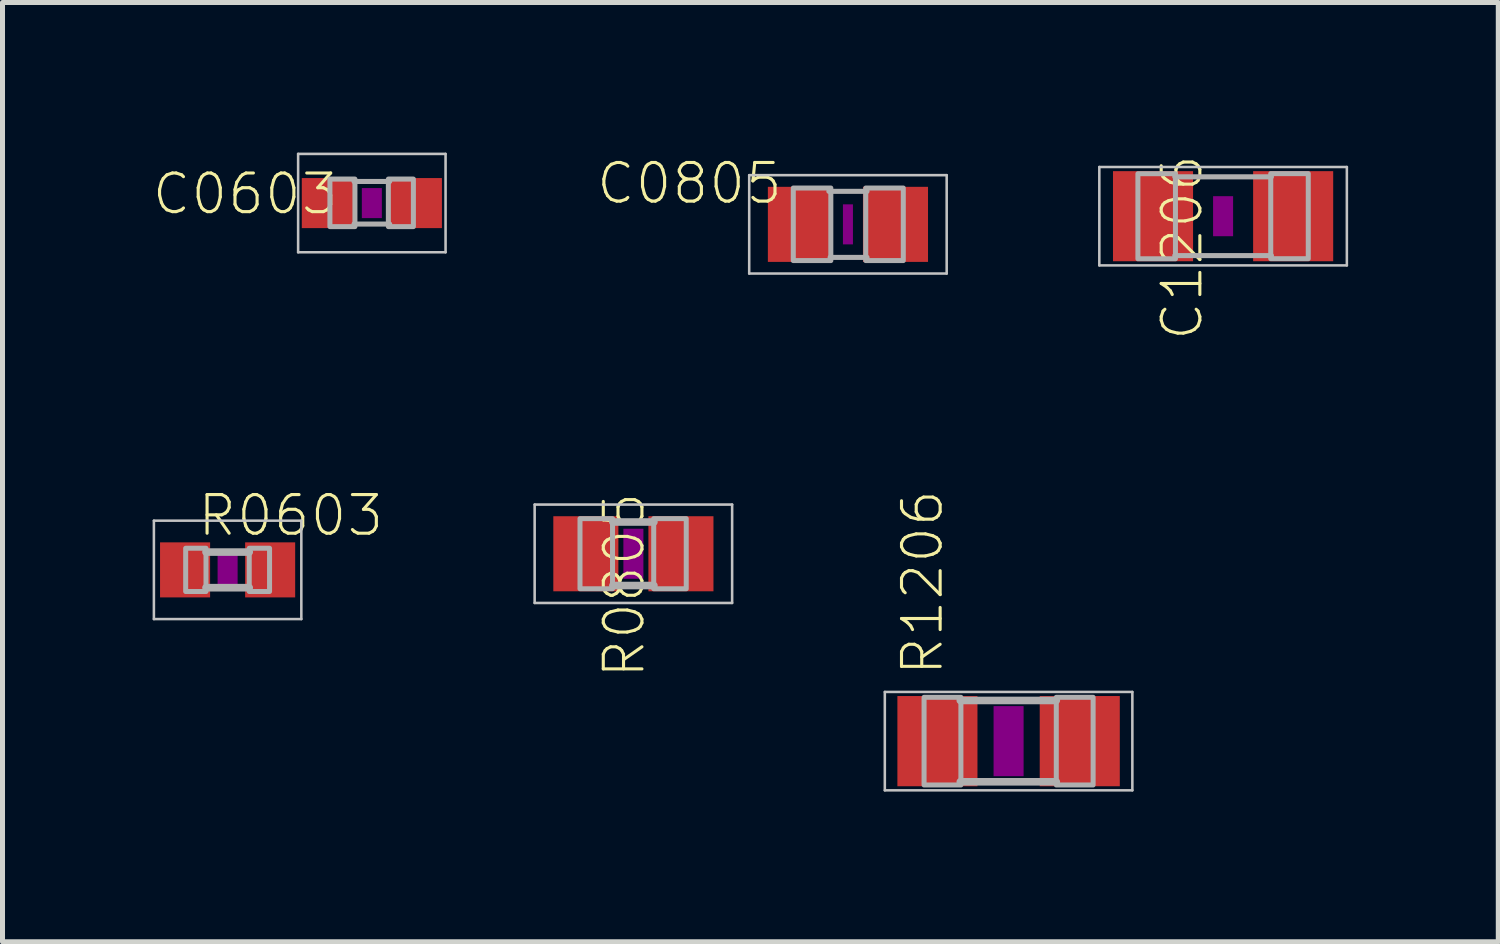
<source format=kicad_pcb>
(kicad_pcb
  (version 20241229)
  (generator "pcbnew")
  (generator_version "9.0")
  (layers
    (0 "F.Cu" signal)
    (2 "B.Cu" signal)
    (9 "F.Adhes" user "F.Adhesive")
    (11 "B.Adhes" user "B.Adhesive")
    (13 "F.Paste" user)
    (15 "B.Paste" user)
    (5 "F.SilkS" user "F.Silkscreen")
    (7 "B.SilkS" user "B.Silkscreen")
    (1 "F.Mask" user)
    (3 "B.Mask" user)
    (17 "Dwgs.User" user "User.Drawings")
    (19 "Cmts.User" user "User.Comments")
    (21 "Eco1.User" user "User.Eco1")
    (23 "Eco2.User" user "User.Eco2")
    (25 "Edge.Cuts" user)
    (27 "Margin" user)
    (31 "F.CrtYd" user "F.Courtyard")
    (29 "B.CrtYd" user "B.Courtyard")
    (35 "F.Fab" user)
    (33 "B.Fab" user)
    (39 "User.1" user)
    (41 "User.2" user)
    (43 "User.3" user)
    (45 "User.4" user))
  (footprint "C1206"
    (layer "F.Cu")
    (at 21.389 1.27)
    (property "Reference" "C1206" (at -1.27 -1.27 270) (layer "F.SilkS") (effects (font (size 0.772 0.772) (thickness 0.062)) (justify right top)))
    (attr through_hole)
    (fp_poly (pts (xy -0.2 0.4) (xy 0.2 0.4) (xy 0.2 -0.4) (xy -0.2 -0.4)) (stroke (width 0) (type solid)) (fill yes) (layer "F.Adhes"))
    (fp_line (start -2.473 -0.983) (end 2.473 -0.983) (stroke (width 0.051) (type solid)) (layer "Dwgs.User"))
    (fp_line (start -2.473 0.983) (end -2.473 -0.983) (stroke (width 0.051) (type solid)) (layer "Dwgs.User"))
    (fp_line (start 2.473 -0.983) (end 2.473 0.983) (stroke (width 0.051) (type solid)) (layer "Dwgs.User"))
    (fp_line (start 2.473 0.983) (end -2.473 0.983) (stroke (width 0.051) (type solid)) (layer "Dwgs.User"))
    (fp_line (start -0.965 -0.787) (end 0.965 -0.787) (stroke (width 0.102) (type solid)) (layer "F.Fab"))
    (fp_line (start -0.965 0.787) (end 0.965 0.787) (stroke (width 0.102) (type solid)) (layer "F.Fab"))
    (fp_poly (pts (xy -1.702 0.851) (xy -0.952 0.851) (xy -0.952 -0.849) (xy -1.702 -0.849)) (stroke (width 0.1) (type solid)) (fill no) (layer "F.Fab"))
    (fp_poly (pts (xy 0.952 0.849) (xy 1.702 0.849) (xy 1.702 -0.851) (xy 0.952 -0.851)) (stroke (width 0.1) (type solid)) (fill no) (layer "F.Fab"))
    (pad "1" smd rect (at -1.4 0) (size 1.6 1.8) (layers "F.Cu" "F.Mask" "F.Paste"))
    (pad "2" smd rect (at 1.4 0) (size 1.6 1.8) (layers "F.Cu" "F.Mask" "F.Paste")))
  (footprint "C0603"
    (layer "F.Cu")
    (at 4.38 1.008)
    (property "Reference" "C0603" (at -0.635 -0.635 180) (layer "F.SilkS") (effects (font (size 0.772 0.772) (thickness 0.062)) (justify right top)))
    (attr through_hole)
    (fp_poly (pts (xy -0.2 0.3) (xy 0.2 0.3) (xy 0.2 -0.3) (xy -0.2 -0.3)) (stroke (width 0) (type solid)) (fill yes) (layer "F.Adhes"))
    (fp_line (start -1.473 -0.983) (end 1.473 -0.983) (stroke (width 0.051) (type solid)) (layer "Dwgs.User"))
    (fp_line (start -1.473 0.983) (end -1.473 -0.983) (stroke (width 0.051) (type solid)) (layer "Dwgs.User"))
    (fp_line (start 1.473 -0.983) (end 1.473 0.983) (stroke (width 0.051) (type solid)) (layer "Dwgs.User"))
    (fp_line (start 1.473 0.983) (end -1.473 0.983) (stroke (width 0.051) (type solid)) (layer "Dwgs.User"))
    (fp_line (start -0.356 -0.432) (end 0.356 -0.432) (stroke (width 0.102) (type solid)) (layer "F.Fab"))
    (fp_line (start -0.356 0.419) (end 0.356 0.419) (stroke (width 0.102) (type solid)) (layer "F.Fab"))
    (fp_poly (pts (xy -0.838 0.47) (xy -0.338 0.47) (xy -0.338 -0.48) (xy -0.838 -0.48)) (stroke (width 0.1) (type solid)) (fill no) (layer "F.Fab"))
    (fp_poly (pts (xy 0.33 0.47) (xy 0.83 0.47) (xy 0.83 -0.48) (xy 0.33 -0.48)) (stroke (width 0.1) (type solid)) (fill no) (layer "F.Fab"))
    (pad "1" smd rect (at -0.85 0) (size 1.1 1) (layers "F.Cu" "F.Mask" "F.Paste"))
    (pad "2" smd rect (at 0.85 0) (size 1.1 1) (layers "F.Cu" "F.Mask" "F.Paste")))
  (footprint "C0805"
    (layer "F.Cu")
    (at 13.893 1.433)
    (property "Reference" "C0805" (at -1.27 -1.27 180) (layer "F.SilkS") (effects (font (size 0.772 0.772) (thickness 0.062)) (justify right top)))
    (attr through_hole)
    (fp_poly (pts (xy -0.1 0.4) (xy 0.1 0.4) (xy 0.1 -0.4) (xy -0.1 -0.4)) (stroke (width 0) (type solid)) (fill yes) (layer "F.Adhes"))
    (fp_line (start -1.973 -0.983) (end 1.973 -0.983) (stroke (width 0.051) (type solid)) (layer "Dwgs.User"))
    (fp_line (start -1.973 0.983) (end -1.973 -0.983) (stroke (width 0.051) (type solid)) (layer "Dwgs.User"))
    (fp_line (start 1.973 -0.983) (end 1.973 0.983) (stroke (width 0.051) (type solid)) (layer "Dwgs.User"))
    (fp_line (start 1.973 0.983) (end -1.973 0.983) (stroke (width 0.051) (type solid)) (layer "Dwgs.User"))
    (fp_line (start -0.381 -0.66) (end 0.381 -0.66) (stroke (width 0.102) (type solid)) (layer "F.Fab"))
    (fp_line (start -0.356 0.66) (end 0.381 0.66) (stroke (width 0.102) (type solid)) (layer "F.Fab"))
    (fp_poly (pts (xy -1.092 0.724) (xy -0.342 0.724) (xy -0.342 -0.726) (xy -1.092 -0.726)) (stroke (width 0.1) (type solid)) (fill no) (layer "F.Fab"))
    (fp_poly (pts (xy 0.356 0.724) (xy 1.106 0.724) (xy 1.106 -0.726) (xy 0.356 -0.726)) (stroke (width 0.1) (type solid)) (fill no) (layer "F.Fab"))
    (pad "1" smd rect (at -0.95 0) (size 1.3 1.5) (layers "F.Cu" "F.Mask" "F.Paste"))
    (pad "2" smd rect (at 0.95 0) (size 1.3 1.5) (layers "F.Cu" "F.Mask" "F.Paste")))
  (footprint "R0805"
    (layer "F.Cu")
    (at 9.606 8.015)
    (property "Reference" "R0805" (at -0.635 -1.27 270) (layer "F.SilkS") (effects (font (size 0.772 0.772) (thickness 0.062)) (justify right top)))
    (attr through_hole)
    (fp_poly (pts (xy -0.2 0.5) (xy 0.2 0.5) (xy 0.2 -0.5) (xy -0.2 -0.5)) (stroke (width 0) (type solid)) (fill yes) (layer "F.Adhes"))
    (fp_line (start -1.973 -0.983) (end 1.973 -0.983) (stroke (width 0.051) (type solid)) (layer "Dwgs.User"))
    (fp_line (start -1.973 0.983) (end -1.973 -0.983) (stroke (width 0.051) (type solid)) (layer "Dwgs.User"))
    (fp_line (start 1.973 -0.983) (end 1.973 0.983) (stroke (width 0.051) (type solid)) (layer "Dwgs.User"))
    (fp_line (start 1.973 0.983) (end -1.973 0.983) (stroke (width 0.051) (type solid)) (layer "Dwgs.User"))
    (fp_line (start -0.41 -0.635) (end 0.41 -0.635) (stroke (width 0.152) (type solid)) (layer "F.Fab"))
    (fp_line (start -0.41 0.635) (end 0.41 0.635) (stroke (width 0.152) (type solid)) (layer "F.Fab"))
    (fp_poly (pts (xy -1.067 0.699) (xy -0.417 0.699) (xy -0.417 -0.702) (xy -1.067 -0.702)) (stroke (width 0.1) (type solid)) (fill no) (layer "F.Fab"))
    (fp_poly (pts (xy 0.406 0.699) (xy 1.056 0.699) (xy 1.056 -0.702) (xy 0.406 -0.702)) (stroke (width 0.1) (type solid)) (fill no) (layer "F.Fab"))
    (pad "1" smd rect (at -0.95 0) (size 1.3 1.5) (layers "F.Cu" "F.Mask" "F.Paste"))
    (pad "2" smd rect (at 0.95 0) (size 1.3 1.5) (layers "F.Cu" "F.Mask" "F.Paste")))
  (footprint "R0603"
    (layer "F.Cu")
    (at 1.498 8.337)
    (property "Reference" "R0603" (at -0.635 -0.635 0) (layer "F.SilkS") (effects (font (size 0.772 0.772) (thickness 0.062)) (justify left bottom)))
    (attr through_hole)
    (fp_poly (pts (xy -0.2 0.4) (xy 0.2 0.4) (xy 0.2 -0.4) (xy -0.2 -0.4)) (stroke (width 0) (type solid)) (fill yes) (layer "F.Adhes"))
    (fp_line (start -1.473 -0.983) (end 1.473 -0.983) (stroke (width 0.051) (type solid)) (layer "Dwgs.User"))
    (fp_line (start -1.473 0.983) (end -1.473 -0.983) (stroke (width 0.051) (type solid)) (layer "Dwgs.User"))
    (fp_line (start 1.473 -0.983) (end 1.473 0.983) (stroke (width 0.051) (type solid)) (layer "Dwgs.User"))
    (fp_line (start 1.473 0.983) (end -1.473 0.983) (stroke (width 0.051) (type solid)) (layer "Dwgs.User"))
    (fp_line (start -0.432 0.356) (end 0.432 0.356) (stroke (width 0.152) (type solid)) (layer "F.Fab"))
    (fp_line (start 0.432 -0.356) (end -0.432 -0.356) (stroke (width 0.152) (type solid)) (layer "F.Fab"))
    (fp_poly (pts (xy -0.838 0.432) (xy -0.432 0.432) (xy -0.432 -0.432) (xy -0.838 -0.432)) (stroke (width 0.1) (type solid)) (fill no) (layer "F.Fab"))
    (fp_poly (pts (xy 0.432 0.432) (xy 0.838 0.432) (xy 0.838 -0.432) (xy 0.432 -0.432)) (stroke (width 0.1) (type solid)) (fill no) (layer "F.Fab"))
    (pad "1" smd rect (at -0.85 0) (size 1 1.1) (layers "F.Cu" "F.Mask" "F.Paste"))
    (pad "2" smd rect (at 0.85 0) (size 1 1.1) (layers "F.Cu" "F.Mask" "F.Paste")))
  (footprint "R1206"
    (layer "F.Cu")
    (at 17.103 11.759)
    (property "Reference" "R1206" (at -1.27 -1.27 90) (layer "F.SilkS") (effects (font (size 0.772 0.772) (thickness 0.062)) (justify left bottom)))
    (attr through_hole)
    (fp_poly (pts (xy -0.3 0.7) (xy 0.3 0.7) (xy 0.3 -0.7) (xy -0.3 -0.7)) (stroke (width 0) (type solid)) (fill yes) (layer "F.Adhes"))
    (fp_line (start -2.473 -0.983) (end 2.473 -0.983) (stroke (width 0.051) (type solid)) (layer "Dwgs.User"))
    (fp_line (start -2.473 0.983) (end -2.473 -0.983) (stroke (width 0.051) (type solid)) (layer "Dwgs.User"))
    (fp_line (start 2.473 -0.983) (end 2.473 0.983) (stroke (width 0.051) (type solid)) (layer "Dwgs.User"))
    (fp_line (start 2.473 0.983) (end -2.473 0.983) (stroke (width 0.051) (type solid)) (layer "Dwgs.User"))
    (fp_line (start 0.953 -0.813) (end -0.965 -0.813) (stroke (width 0.152) (type solid)) (layer "F.Fab"))
    (fp_line (start 0.953 0.813) (end -0.965 0.813) (stroke (width 0.152) (type solid)) (layer "F.Fab"))
    (fp_poly (pts (xy -1.689 0.876) (xy -0.953 0.876) (xy -0.953 -0.876) (xy -1.689 -0.876)) (stroke (width 0.1) (type solid)) (fill no) (layer "F.Fab"))
    (fp_poly (pts (xy 0.953 0.876) (xy 1.689 0.876) (xy 1.689 -0.876) (xy 0.953 -0.876)) (stroke (width 0.1) (type solid)) (fill no) (layer "F.Fab"))
    (pad "1" smd rect (at -1.422 0) (size 1.6 1.803) (layers "F.Cu" "F.Mask" "F.Paste"))
    (pad "2" smd rect (at 1.422 0) (size 1.6 1.803) (layers "F.Cu" "F.Mask" "F.Paste")))
  (gr_rect
    (start -3 -3)
    (end 26.888 15.768)
    (stroke (width 0.1) (type default))
    (fill no)
    (layer "Edge.Cuts")))
</source>
